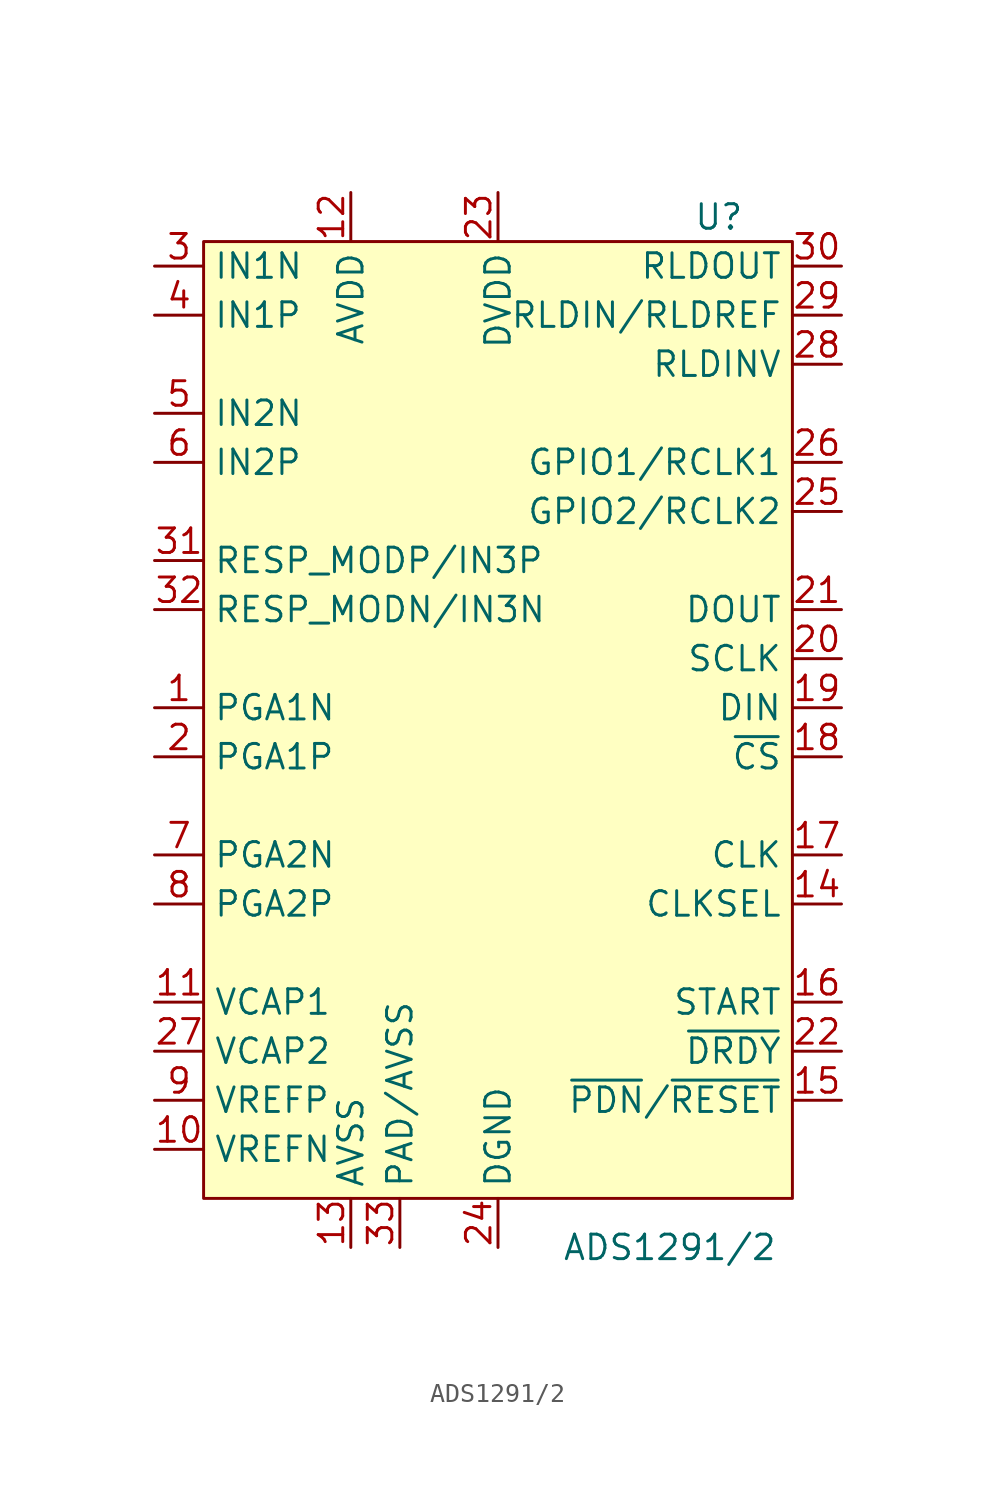
<source format=kicad_sym>
(kicad_symbol_lib
  (version 20220914)
  (generator kicad_symbol_editor)
  (symbol "ADS1291/2"
    (property "Reference" "U"
      (at 11.43 25.4 0)
      (effects (font (size 1.27 1.27))))
    (property "Value" "ADS1291/2"
      (at 8.89 -27.94 0)
      (effects (font (size 1.27 1.27))))
    (symbol "ADS1291/2_1_0"
      (pin power_in line (at -5.08 -27.94 90) (length 2.54) (name "PAD/AVSS" (effects (font (size 1.27 1.27)))) (number "33" (effects (font (size 1.27 1.27))))))
    (symbol "ADS1291/2_1_1"
      (rectangle (start -15.24 24.13) (end 15.24 -25.4) (stroke (width 0) (type default)) (fill (type background)))
      (pin passive line (at -17.78 0 0) (length 2.54) (name "PGA1N" (effects (font (size 1.27 1.27)))) (number "1" (effects (font (size 1.27 1.27)))))
      (pin passive line (at -17.78 -22.86 0) (length 2.54) (name "VREFN" (effects (font (size 1.27 1.27)))) (number "10" (effects (font (size 1.27 1.27)))))
      (pin passive line (at -17.78 -15.24 0) (length 2.54) (name "VCAP1" (effects (font (size 1.27 1.27)))) (number "11" (effects (font (size 1.27 1.27)))))
      (pin power_in line (at -7.62 26.67 270) (length 2.54) (name "AVDD" (effects (font (size 1.27 1.27)))) (number "12" (effects (font (size 1.27 1.27)))))
      (pin power_in line (at -7.62 -27.94 90) (length 2.54) (name "AVSS" (effects (font (size 1.27 1.27)))) (number "13" (effects (font (size 1.27 1.27)))))
      (pin input line (at 17.78 -10.16 180) (length 2.54) (name "CLKSEL" (effects (font (size 1.27 1.27)))) (number "14" (effects (font (size 1.27 1.27)))))
      (pin input line (at 17.78 -20.32 180) (length 2.54) (name "~{PDN}/~{RESET}" (effects (font (size 1.27 1.27)))) (number "15" (effects (font (size 1.27 1.27)))))
      (pin input line (at 17.78 -15.24 180) (length 2.54) (name "START" (effects (font (size 1.27 1.27)))) (number "16" (effects (font (size 1.27 1.27)))))
      (pin bidirectional line (at 17.78 -7.62 180) (length 2.54) (name "CLK" (effects (font (size 1.27 1.27)))) (number "17" (effects (font (size 1.27 1.27)))))
      (pin input line (at 17.78 -2.54 180) (length 2.54) (name "~{CS}" (effects (font (size 1.27 1.27)))) (number "18" (effects (font (size 1.27 1.27)))))
      (pin input line (at 17.78 0 180) (length 2.54) (name "DIN" (effects (font (size 1.27 1.27)))) (number "19" (effects (font (size 1.27 1.27)))))
      (pin passive line (at -17.78 -2.54 0) (length 2.54) (name "PGA1P" (effects (font (size 1.27 1.27)))) (number "2" (effects (font (size 1.27 1.27)))))
      (pin input line (at 17.78 2.54 180) (length 2.54) (name "SCLK" (effects (font (size 1.27 1.27)))) (number "20" (effects (font (size 1.27 1.27)))))
      (pin output line (at 17.78 5.08 180) (length 2.54) (name "DOUT" (effects (font (size 1.27 1.27)))) (number "21" (effects (font (size 1.27 1.27)))))
      (pin output line (at 17.78 -17.78 180) (length 2.54) (name "~{DRDY}" (effects (font (size 1.27 1.27)))) (number "22" (effects (font (size 1.27 1.27)))))
      (pin power_in line (at 0 26.67 270) (length 2.54) (name "DVDD" (effects (font (size 1.27 1.27)))) (number "23" (effects (font (size 1.27 1.27)))))
      (pin power_in line (at 0 -27.94 90) (length 2.54) (name "DGND" (effects (font (size 1.27 1.27)))) (number "24" (effects (font (size 1.27 1.27)))))
      (pin bidirectional line (at 17.78 10.16 180) (length 2.54) (name "GPIO2/RCLK2" (effects (font (size 1.27 1.27)))) (number "25" (effects (font (size 1.27 1.27)))))
      (pin bidirectional line (at 17.78 12.7 180) (length 2.54) (name "GPIO1/RCLK1" (effects (font (size 1.27 1.27)))) (number "26" (effects (font (size 1.27 1.27)))))
      (pin passive line (at -17.78 -17.78 0) (length 2.54) (name "VCAP2" (effects (font (size 1.27 1.27)))) (number "27" (effects (font (size 1.27 1.27)))))
      (pin input line (at 17.78 17.78 180) (length 2.54) (name "RLDINV" (effects (font (size 1.27 1.27)))) (number "28" (effects (font (size 1.27 1.27)))))
      (pin input line (at 17.78 20.32 180) (length 2.54) (name "RLDIN/RLDREF" (effects (font (size 1.27 1.27)))) (number "29" (effects (font (size 1.27 1.27)))))
      (pin input line (at -17.78 22.86 0) (length 2.54) (name "IN1N" (effects (font (size 1.27 1.27)))) (number "3" (effects (font (size 1.27 1.27)))))
      (pin output line (at 17.78 22.86 180) (length 2.54) (name "RLDOUT" (effects (font (size 1.27 1.27)))) (number "30" (effects (font (size 1.27 1.27)))))
      (pin input line (at -17.78 7.62 0) (length 2.54) (name "RESP_MODP/IN3P" (effects (font (size 1.27 1.27)))) (number "31" (effects (font (size 1.27 1.27)))))
      (pin input line (at -17.78 5.08 0) (length 2.54) (name "RESP_MODN/IN3N" (effects (font (size 1.27 1.27)))) (number "32" (effects (font (size 1.27 1.27)))))
      (pin input line (at -17.78 20.32 0) (length 2.54) (name "IN1P" (effects (font (size 1.27 1.27)))) (number "4" (effects (font (size 1.27 1.27)))))
      (pin input line (at -17.78 15.24 0) (length 2.54) (name "IN2N" (effects (font (size 1.27 1.27)))) (number "5" (effects (font (size 1.27 1.27)))))
      (pin input line (at -17.78 12.7 0) (length 2.54) (name "IN2P" (effects (font (size 1.27 1.27)))) (number "6" (effects (font (size 1.27 1.27)))))
      (pin passive line (at -17.78 -7.62 0) (length 2.54) (name "PGA2N" (effects (font (size 1.27 1.27)))) (number "7" (effects (font (size 1.27 1.27)))))
      (pin passive line (at -17.78 -10.16 0) (length 2.54) (name "PGA2P" (effects (font (size 1.27 1.27)))) (number "8" (effects (font (size 1.27 1.27)))))
      (pin passive line (at -17.78 -20.32 0) (length 2.54) (name "VREFP" (effects (font (size 1.27 1.27)))) (number "9" (effects (font (size 1.27 1.27))))))))
</source>
